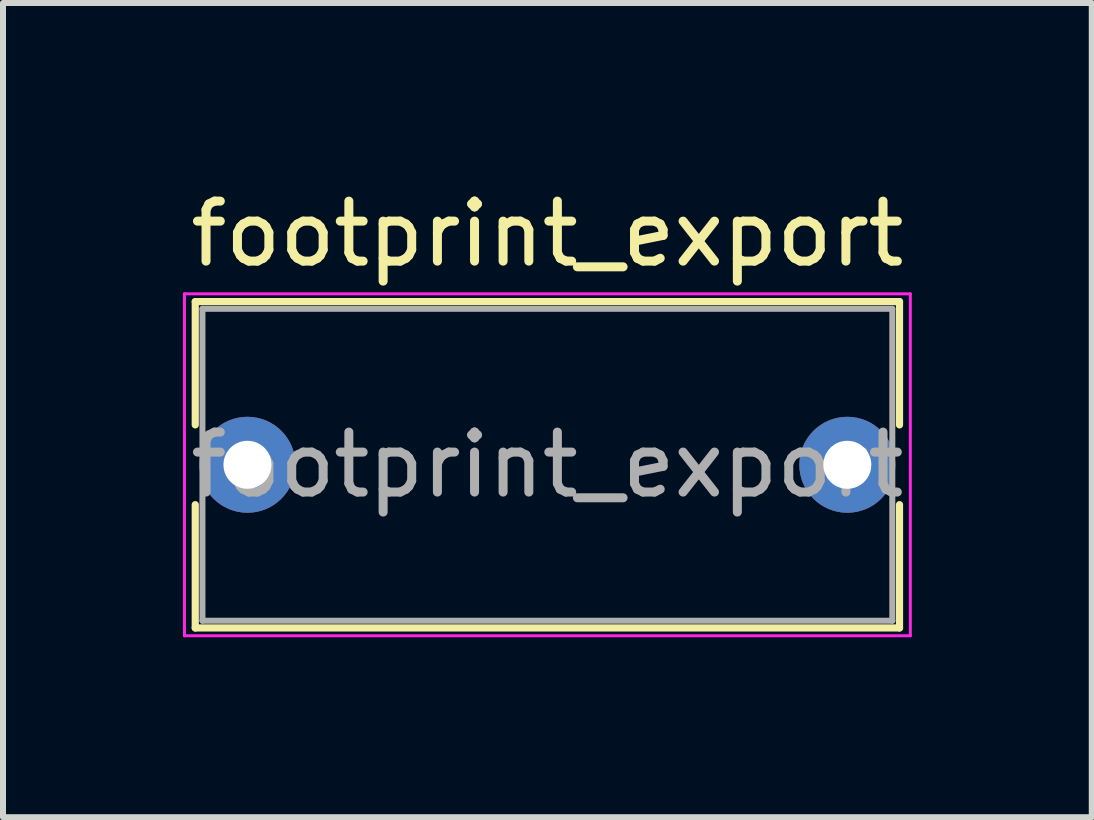
<source format=kicad_pcb>
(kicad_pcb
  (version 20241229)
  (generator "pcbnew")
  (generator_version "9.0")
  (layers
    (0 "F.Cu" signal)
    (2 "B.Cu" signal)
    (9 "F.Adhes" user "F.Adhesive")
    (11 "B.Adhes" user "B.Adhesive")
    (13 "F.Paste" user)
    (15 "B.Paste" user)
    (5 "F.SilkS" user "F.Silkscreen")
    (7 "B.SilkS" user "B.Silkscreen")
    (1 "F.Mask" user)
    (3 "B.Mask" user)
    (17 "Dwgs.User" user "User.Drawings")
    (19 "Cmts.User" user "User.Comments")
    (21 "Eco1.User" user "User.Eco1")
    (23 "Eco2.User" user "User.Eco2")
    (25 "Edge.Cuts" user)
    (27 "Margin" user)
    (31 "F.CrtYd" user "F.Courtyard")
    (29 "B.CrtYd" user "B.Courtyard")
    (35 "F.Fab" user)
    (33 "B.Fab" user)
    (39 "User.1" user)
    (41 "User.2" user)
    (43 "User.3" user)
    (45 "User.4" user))
  (footprint "footprint_export"
    (layer "F.Cu")
    (at 1.075 4.698)
    (property "Reference" "footprint_export" (at 5 -3.85 0) (layer "F.SilkS") (effects (font (size 1 1) (thickness 0.15))))
    (attr through_hole)
    (fp_line (start -0.87 -2.72) (end -0.87 -0.665) (stroke (width 0.12) (type solid)) (layer "F.SilkS"))
    (fp_line (start -0.87 -2.72) (end 10.87 -2.72) (stroke (width 0.12) (type solid)) (layer "F.SilkS"))
    (fp_line (start -0.87 0.665) (end -0.87 2.72) (stroke (width 0.12) (type solid)) (layer "F.SilkS"))
    (fp_line (start -0.87 2.72) (end 10.87 2.72) (stroke (width 0.12) (type solid)) (layer "F.SilkS"))
    (fp_line (start 10.87 -2.72) (end 10.87 -0.665) (stroke (width 0.12) (type solid)) (layer "F.SilkS"))
    (fp_line (start 10.87 0.665) (end 10.87 2.72) (stroke (width 0.12) (type solid)) (layer "F.SilkS"))
    (fp_line (start -1.05 -2.85) (end -1.05 2.85) (stroke (width 0.05) (type solid)) (layer "F.CrtYd"))
    (fp_line (start -1.05 2.85) (end 11.05 2.85) (stroke (width 0.05) (type solid)) (layer "F.CrtYd"))
    (fp_line (start 11.05 -2.85) (end -1.05 -2.85) (stroke (width 0.05) (type solid)) (layer "F.CrtYd"))
    (fp_line (start 11.05 2.85) (end 11.05 -2.85) (stroke (width 0.05) (type solid)) (layer "F.CrtYd"))
    (fp_line (start -0.75 -2.6) (end -0.75 2.6) (stroke (width 0.1) (type solid)) (layer "F.Fab"))
    (fp_line (start -0.75 2.6) (end 10.75 2.6) (stroke (width 0.1) (type solid)) (layer "F.Fab"))
    (fp_line (start 10.75 -2.6) (end -0.75 -2.6) (stroke (width 0.1) (type solid)) (layer "F.Fab"))
    (fp_line (start 10.75 2.6) (end 10.75 -2.6) (stroke (width 0.1) (type solid)) (layer "F.Fab"))
    (fp_text user "${REFERENCE}" (at 5 0 0) (layer "F.Fab") (effects (font (size 1 1) (thickness 0.15))))
    (pad "1" thru_hole circle (at 0 0) (size 1.6 1.6) (drill 0.8) (layers "*.Cu" "*.Mask"))
    (pad "2" thru_hole circle (at 10 0) (size 1.6 1.6) (drill 0.8) (layers "*.Cu" "*.Mask")))
  (gr_rect
    (start -3 -3)
    (end 15.15 10.573)
    (stroke (width 0.1) (type default))
    (fill no)
    (layer "Edge.Cuts")))
</source>
